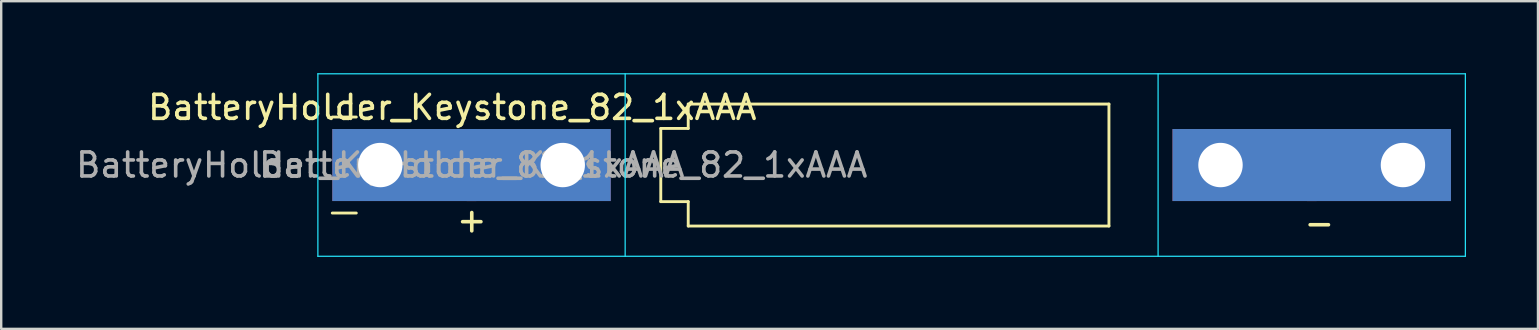
<source format=kicad_pcb>
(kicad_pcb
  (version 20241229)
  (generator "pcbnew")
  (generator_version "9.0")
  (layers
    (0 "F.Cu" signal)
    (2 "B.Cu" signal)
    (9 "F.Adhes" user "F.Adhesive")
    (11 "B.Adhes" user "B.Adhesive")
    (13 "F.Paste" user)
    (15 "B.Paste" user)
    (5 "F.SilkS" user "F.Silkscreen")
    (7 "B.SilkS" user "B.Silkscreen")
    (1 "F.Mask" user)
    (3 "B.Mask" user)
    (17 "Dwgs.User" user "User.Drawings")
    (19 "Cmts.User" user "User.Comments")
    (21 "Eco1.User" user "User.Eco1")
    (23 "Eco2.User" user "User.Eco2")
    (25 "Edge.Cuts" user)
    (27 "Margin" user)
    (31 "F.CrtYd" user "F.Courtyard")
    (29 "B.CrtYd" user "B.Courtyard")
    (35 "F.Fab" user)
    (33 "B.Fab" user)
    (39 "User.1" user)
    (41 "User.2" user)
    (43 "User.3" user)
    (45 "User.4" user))
  (footprint "BatteryHolder_Keystone_82_1xAAA"
    (layer "F.Cu")
    (at 12.792 3.825)
    (property "Reference" "BatteryHolder_Keystone_82_1xAAA" (at 3 -2.4 180) (layer "F.SilkS") (effects (font (size 1 1) (thickness 0.15))))
    (attr through_hole)
    (fp_line (start -2 -2) (end -1 -2) (stroke (width 0.12) (type solid)) (layer "F.SilkS"))
    (fp_line (start -1 2) (end -2 2) (stroke (width 0.12) (type solid)) (layer "F.SilkS"))
    (fp_line (start 11.684 -1.524) (end 11.684 1.524) (stroke (width 0.12) (type solid)) (layer "F.SilkS"))
    (fp_line (start 11.684 -1.524) (end 12.827 -1.524) (stroke (width 0.12) (type solid)) (layer "F.SilkS"))
    (fp_line (start 11.684 1.524) (end 12.827 1.524) (stroke (width 0.12) (type solid)) (layer "F.SilkS"))
    (fp_line (start 12.827 -1.524) (end 12.827 -2.54) (stroke (width 0.12) (type solid)) (layer "F.SilkS"))
    (fp_line (start 12.827 1.524) (end 12.827 2.54) (stroke (width 0.12) (type solid)) (layer "F.SilkS"))
    (fp_line (start 12.827 2.54) (end 30.353 2.54) (stroke (width 0.12) (type solid)) (layer "F.SilkS"))
    (fp_line (start 30.353 -2.54) (end 12.827 -2.54) (stroke (width 0.12) (type solid)) (layer "F.SilkS"))
    (fp_line (start 30.353 2.54) (end 30.353 -2.54) (stroke (width 0.12) (type solid)) (layer "F.SilkS"))
    (fp_line (start -2.6 -3.8) (end -2.6 3.8) (stroke (width 0.05) (type solid)) (layer "B.CrtYd"))
    (fp_line (start -2.6 -3.8) (end 45.2 -3.8) (stroke (width 0.05) (type solid)) (layer "B.CrtYd"))
    (fp_line (start -2.6 3.8) (end 45.2 3.8) (stroke (width 0.05) (type solid)) (layer "B.CrtYd"))
    (fp_line (start 10.2 -3.8) (end 10.2 3.8) (stroke (width 0.05) (type solid)) (layer "B.CrtYd"))
    (fp_line (start 32.4 -3.8) (end 32.4 3.8) (stroke (width 0.05) (type solid)) (layer "B.CrtYd"))
    (fp_line (start 45.2 -3.8) (end 45.2 3.8) (stroke (width 0.05) (type solid)) (layer "B.CrtYd"))
    (fp_text user "-" (at 39.116 2.413 0) (layer "F.SilkS") (effects (font (size 1 1) (thickness 0.15))))
    (fp_text user "+" (at 3.81 2.286 0) (layer "F.SilkS") (effects (font (size 1 1) (thickness 0.15))))
    (fp_text user "${REFERENCE}" (at 0 0 0) (layer "F.Fab") (effects (font (size 1 1) (thickness 0.15))))
    (fp_text user "${REFERENCE}" (at 7.62 0 0) (layer "F.Fab") (effects (font (size 1 1) (thickness 0.15))))
    (pad "1" thru_hole rect (at 0 0) (size 6 3) (drill 1.85 (offset 1 0)) (layers "*.Cu" "*.Mask"))
    (pad "1" thru_hole rect (at 7.6 0) (size 6 3) (drill 1.85 (offset -1 0)) (layers "*.Cu" "*.Mask"))
    (pad "2" thru_hole rect (at 35 0) (size 6 3) (drill 1.85 (offset 1 0)) (layers "*.Cu" "*.Mask"))
    (pad "2" thru_hole rect (at 42.6 0) (size 6 3) (drill 1.85 (offset -1 0)) (layers "*.Cu" "*.Mask")))
  (gr_rect
    (start -3 -3)
    (end 61.017 10.65)
    (stroke (width 0.1) (type default))
    (fill no)
    (layer "Edge.Cuts")))
</source>
